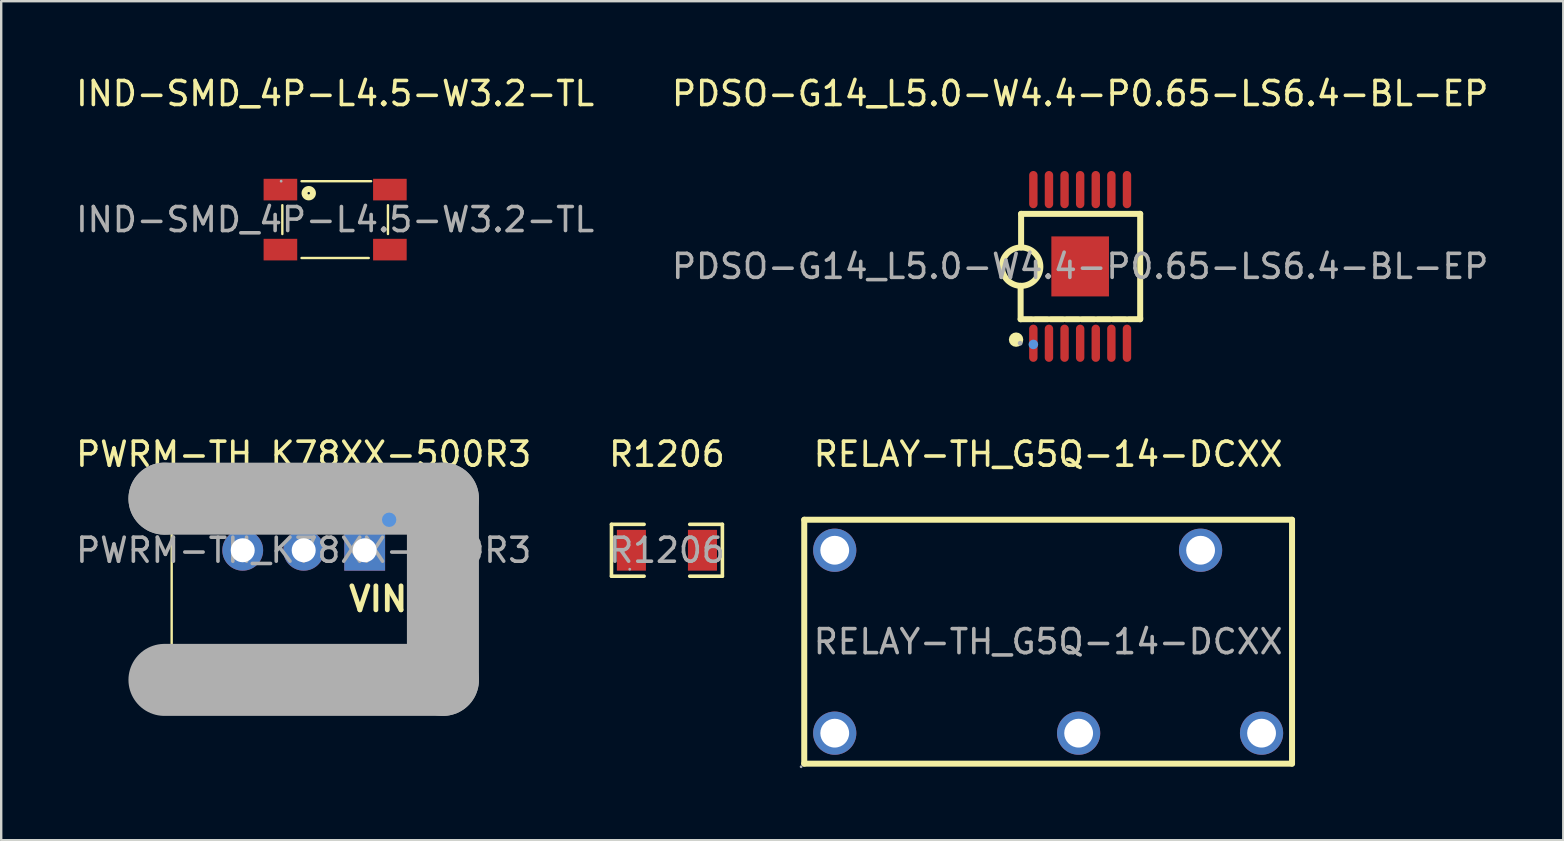
<source format=kicad_pcb>
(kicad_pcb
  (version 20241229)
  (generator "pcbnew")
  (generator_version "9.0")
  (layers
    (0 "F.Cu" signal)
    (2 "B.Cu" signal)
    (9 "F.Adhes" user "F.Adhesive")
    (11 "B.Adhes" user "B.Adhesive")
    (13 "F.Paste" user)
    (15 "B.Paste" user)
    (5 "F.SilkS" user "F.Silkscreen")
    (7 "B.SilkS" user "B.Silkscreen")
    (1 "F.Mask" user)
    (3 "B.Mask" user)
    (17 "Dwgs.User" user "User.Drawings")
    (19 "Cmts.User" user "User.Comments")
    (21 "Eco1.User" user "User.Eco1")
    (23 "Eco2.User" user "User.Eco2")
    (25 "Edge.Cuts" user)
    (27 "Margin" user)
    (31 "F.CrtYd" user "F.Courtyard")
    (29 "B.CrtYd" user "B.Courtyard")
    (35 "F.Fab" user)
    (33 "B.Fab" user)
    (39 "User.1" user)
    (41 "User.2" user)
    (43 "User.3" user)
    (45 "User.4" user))
  (footprint "PDSO-G14_L5.0-W4.4-P0.65-LS6.4-BL-EP"
    (layer "F.Cu")
    (at 41.946 8.048)
    (property "Reference" "PDSO-G14_L5.0-W4.4-P0.65-LS6.4-BL-EP" (at 0 -7.2 0) (layer "F.SilkS") (effects (font (size 1 1) (thickness 0.15))))
    (attr smd)
    (fp_line (start -2.48 2.2) (end -2.48 0.81) (stroke (width 0.25) (type solid)) (layer "F.SilkS"))
    (fp_line (start -2.46 -2.19) (end 2.5 -2.19) (stroke (width 0.25) (type solid)) (layer "F.SilkS"))
    (fp_line (start -2.46 -0.79) (end -2.46 -2.19) (stroke (width 0.25) (type solid)) (layer "F.SilkS"))
    (fp_line (start -2 2.2) (end -2.48 2.2) (stroke (width 0.25) (type solid)) (layer "F.SilkS"))
    (fp_line (start -1.35 2.2) (end -1.89 2.2) (stroke (width 0.25) (type solid)) (layer "F.SilkS"))
    (fp_line (start -0.7 2.2) (end -1.24 2.2) (stroke (width 0.25) (type solid)) (layer "F.SilkS"))
    (fp_line (start -0.05 2.2) (end -0.59 2.2) (stroke (width 0.25) (type solid)) (layer "F.SilkS"))
    (fp_line (start 0.6 2.2) (end 0.06 2.2) (stroke (width 0.25) (type solid)) (layer "F.SilkS"))
    (fp_line (start 1.25 2.2) (end 0.71 2.2) (stroke (width 0.25) (type solid)) (layer "F.SilkS"))
    (fp_line (start 1.9 2.2) (end 1.36 2.2) (stroke (width 0.25) (type solid)) (layer "F.SilkS"))
    (fp_line (start 2.5 -2.19) (end 2.5 2.15) (stroke (width 0.25) (type solid)) (layer "F.SilkS"))
    (fp_line (start 2.5 2.15) (end 2.5 2.2) (stroke (width 0.25) (type solid)) (layer "F.SilkS"))
    (fp_line (start 2.5 2.2) (end 2.01 2.2) (stroke (width 0.25) (type solid)) (layer "F.SilkS"))
    (fp_arc (start -2.67 3.05) (mid -2.67 3.05) (end -2.67 3.05) (stroke (width 0.3) (type solid)) (layer "F.SilkS"))
    (fp_arc (start -2.446038 -0.789878) (mid -2.466981 0.809969) (end -2.46 -0.79) (stroke (width 0.25) (type solid)) (layer "F.SilkS"))
    (fp_circle (center -1.95 3.25) (end -1.85 3.25) (stroke (width 0.2) (type solid)) (fill no) (layer "Cmts.User"))
    (fp_circle (center -2.5 3.2) (end -2.45 3.2) (stroke (width 0.1) (type solid)) (fill no) (layer "F.Fab"))
    (fp_text user "${REFERENCE}" (at 0 0 0) (layer "F.Fab") (effects (font (size 1 1) (thickness 0.15))))
    (pad "1" smd oval (at -1.95 3.2) (size 0.35 1.55) (layers "F.Cu" "F.Mask" "F.Paste"))
    (pad "2" smd oval (at -1.3 3.2) (size 0.35 1.55) (layers "F.Cu" "F.Mask" "F.Paste"))
    (pad "3" smd oval (at -0.65 3.2) (size 0.35 1.55) (layers "F.Cu" "F.Mask" "F.Paste"))
    (pad "4" smd oval (at 0 3.2) (size 0.35 1.55) (layers "F.Cu" "F.Mask" "F.Paste"))
    (pad "5" smd oval (at 0.65 3.2) (size 0.35 1.55) (layers "F.Cu" "F.Mask" "F.Paste"))
    (pad "6" smd oval (at 1.3 3.2) (size 0.35 1.55) (layers "F.Cu" "F.Mask" "F.Paste"))
    (pad "7" smd oval (at 1.95 3.2) (size 0.35 1.55) (layers "F.Cu" "F.Mask" "F.Paste"))
    (pad "8" smd oval (at 1.95 -3.2 180) (size 0.35 1.55) (layers "F.Cu" "F.Mask" "F.Paste"))
    (pad "9" smd oval (at 1.3 -3.2 180) (size 0.35 1.55) (layers "F.Cu" "F.Mask" "F.Paste"))
    (pad "10" smd oval (at 0.65 -3.2 180) (size 0.35 1.55) (layers "F.Cu" "F.Mask" "F.Paste"))
    (pad "11" smd oval (at 0 -3.2 180) (size 0.35 1.55) (layers "F.Cu" "F.Mask" "F.Paste"))
    (pad "12" smd oval (at -0.65 -3.2 180) (size 0.35 1.55) (layers "F.Cu" "F.Mask" "F.Paste"))
    (pad "13" smd oval (at -1.3 -3.2 180) (size 0.35 1.55) (layers "F.Cu" "F.Mask" "F.Paste"))
    (pad "14" smd oval (at -1.95 -3.2 180) (size 0.35 1.55) (layers "F.Cu" "F.Mask" "F.Paste"))
    (pad "15" smd rect (at 0 0) (size 2.4 2.5) (layers "F.Cu" "F.Mask" "F.Paste")))
  (footprint "IND-SMD_4P-L4.5-W3.2-TL"
    (layer "F.Cu")
    (at 10.911 6.098)
    (property "Reference" "IND-SMD_4P-L4.5-W3.2-TL" (at 0 -5.25 0) (layer "F.SilkS") (effects (font (size 1 1) (thickness 0.15))))
    (attr smd)
    (fp_line (start -2.2 -0.6) (end -2.2 0.6) (stroke (width 0.1) (type solid)) (layer "F.SilkS"))
    (fp_line (start -1.4 -1.6) (end 1.5 -1.6) (stroke (width 0.1) (type solid)) (layer "F.SilkS"))
    (fp_line (start -1.4 1.6) (end 1.4 1.6) (stroke (width 0.1) (type solid)) (layer "F.SilkS"))
    (fp_line (start 2.2 -0.6) (end 2.2 0.6) (stroke (width 0.1) (type solid)) (layer "F.SilkS"))
    (fp_circle (center -1.1 -1.1) (end -1.05 -1.1) (stroke (width 0.25) (type solid)) (fill no) (layer "F.SilkS"))
    (fp_circle (center -2.25 -1.6) (end -2.22 -1.6) (stroke (width 0.06) (type solid)) (fill no) (layer "F.Fab"))
    (fp_text user "${REFERENCE}" (at 0 0 0) (layer "F.Fab") (effects (font (size 1 1) (thickness 0.15))))
    (pad "1" smd rect (at -2.28 -1.25 90) (size 0.9 1.4) (layers "F.Cu" "F.Mask" "F.Paste"))
    (pad "2" smd rect (at -2.28 1.25 90) (size 0.9 1.4) (layers "F.Cu" "F.Mask" "F.Paste"))
    (pad "3" smd rect (at 2.28 1.25 90) (size 0.9 1.4) (layers "F.Cu" "F.Mask" "F.Paste"))
    (pad "4" smd rect (at 2.28 -1.25 90) (size 0.9 1.4) (layers "F.Cu" "F.Mask" "F.Paste")))
  (footprint "R1206"
    (layer "F.Cu")
    (at 24.732 19.872)
    (property "Reference" "R1206" (at 0 -4 0) (layer "F.SilkS") (effects (font (size 1 1) (thickness 0.15))))
    (attr smd)
    (fp_line (start -2.31 -1.08) (end -0.95 -1.08) (stroke (width 0.15) (type solid)) (layer "F.SilkS"))
    (fp_line (start -2.31 1.08) (end -2.31 -1.08) (stroke (width 0.15) (type solid)) (layer "F.SilkS"))
    (fp_line (start -0.95 1.08) (end -2.31 1.08) (stroke (width 0.15) (type solid)) (layer "F.SilkS"))
    (fp_line (start 0.95 1.08) (end 2.31 1.08) (stroke (width 0.15) (type solid)) (layer "F.SilkS"))
    (fp_line (start 2.31 -1.08) (end 0.95 -1.08) (stroke (width 0.15) (type solid)) (layer "F.SilkS"))
    (fp_line (start 2.31 1.08) (end 2.31 -1.08) (stroke (width 0.15) (type solid)) (layer "F.SilkS"))
    (fp_circle (center -1.55 0.79) (end -1.52 0.79) (stroke (width 0.06) (type solid)) (fill no) (layer "F.Fab"))
    (fp_text user "${REFERENCE}" (at 0 0 0) (layer "F.Fab") (effects (font (size 1 1) (thickness 0.15))))
    (pad "1" smd rect (at -1.48 0) (size 1.21 1.7) (layers "F.Cu" "F.Mask" "F.Paste"))
    (pad "2" smd rect (at 1.48 0) (size 1.21 1.7) (layers "F.Cu" "F.Mask" "F.Paste")))
  (footprint "PWRM-TH_K78XX-500R3"
    (layer "F.Cu")
    (at 9.601 19.872)
    (property "Reference" "PWRM-TH_K78XX-500R3" (at 0 -4 0) (layer "F.SilkS") (effects (font (size 1 1) (thickness 0.15))))
    (attr through_hole)
    (fp_rect (start -5.5 -2) (end 6 5.5) (stroke (width 0.1) (type default)) (fill no) (layer "F.SilkS"))
    (fp_circle (center 3.5 -2.9) (end 3.65 -2.9) (stroke (width 0.3) (type solid)) (fill no) (layer "F.SilkS"))
    (fp_circle (center 3.56 -1.27) (end 3.71 -1.27) (stroke (width 0.3) (type solid)) (fill no) (layer "Cmts.User"))
    (fp_line (start -5.8 -2.15) (end -5.8 -2.15) (stroke (width 3) (type solid)) (layer "F.Fab"))
    (fp_line (start -5.8 -2.15) (end 5.8 -2.15) (stroke (width 3) (type solid)) (layer "F.Fab"))
    (fp_line (start 5.8 -2.15) (end 5.8 5.4) (stroke (width 3) (type solid)) (layer "F.Fab"))
    (fp_line (start 5.8 5.4) (end -5.8 5.4) (stroke (width 3) (type solid)) (layer "F.Fab"))
    (fp_circle (center 5.8 -2.15) (end 5.83 -2.15) (stroke (width 0.06) (type solid)) (fill no) (layer "F.Fab"))
    (fp_text user "VIN" (at 1.78 2.03 0) (layer "F.SilkS") (effects (font (size 1 1) (thickness 0.2)) (justify left)))
    (fp_text user "${REFERENCE}" (at 0 0 0) (layer "F.Fab") (effects (font (size 1 1) (thickness 0.15))))
    (pad "1" thru_hole rect (at 2.54 0 180) (size 1.7 1.7) (drill 1) (layers "*.Cu" "*.Mask"))
    (pad "2" thru_hole circle (at 0 0 180) (size 1.7 1.7) (drill 1) (layers "*.Cu" "*.Mask"))
    (pad "3" thru_hole circle (at -2.54 0 180) (size 1.7 1.7) (drill 1) (layers "*.Cu" "*.Mask")))
  (footprint "RELAY-TH_G5Q-14-DCXX"
    (layer "F.Cu")
    (at 40.612 23.681)
    (property "Reference" "RELAY-TH_G5Q-14-DCXX" (at 0 -7.81 0) (layer "F.SilkS") (effects (font (size 1 1) (thickness 0.15))))
    (attr through_hole)
    (fp_line (start -10.16 -5.08) (end 10.16 -5.08) (stroke (width 0.25) (type solid)) (layer "F.SilkS"))
    (fp_line (start -10.16 5.08) (end -10.16 -5.08) (stroke (width 0.25) (type solid)) (layer "F.SilkS"))
    (fp_line (start 10.16 -5.08) (end 10.16 5.08) (stroke (width 0.25) (type solid)) (layer "F.SilkS"))
    (fp_line (start 10.16 5.08) (end -10.16 5.08) (stroke (width 0.25) (type solid)) (layer "F.SilkS"))
    (fp_circle (center -10.29 5.21) (end -10.26 5.21) (stroke (width 0.06) (type solid)) (fill no) (layer "F.Fab"))
    (fp_circle (center -8.89 -3.81) (end -8.64 -3.81) (stroke (width 0.5) (type solid)) (fill no) (layer "F.Fab"))
    (fp_circle (center -8.89 3.81) (end -8.64 3.81) (stroke (width 0.5) (type solid)) (fill no) (layer "F.Fab"))
    (fp_circle (center 1.27 3.81) (end 1.52 3.81) (stroke (width 0.5) (type solid)) (fill no) (layer "F.Fab"))
    (fp_circle (center 6.35 -3.81) (end 6.6 -3.81) (stroke (width 0.5) (type solid)) (fill no) (layer "F.Fab"))
    (fp_circle (center 8.89 3.81) (end 9.14 3.81) (stroke (width 0.5) (type solid)) (fill no) (layer "F.Fab"))
    (fp_text user "${REFERENCE}" (at 0 0 0) (layer "F.Fab") (effects (font (size 1 1) (thickness 0.15))))
    (pad "1" thru_hole circle (at -8.89 3.81) (size 1.8 1.8) (drill 1.2) (layers "*.Cu" "*.Mask"))
    (pad "2" thru_hole circle (at 1.27 3.81) (size 1.8 1.8) (drill 1.2) (layers "*.Cu" "*.Mask"))
    (pad "3" thru_hole circle (at 8.89 3.81) (size 1.8 1.8) (drill 1.2) (layers "*.Cu" "*.Mask"))
    (pad "4" thru_hole circle (at 6.35 -3.81) (size 1.8 1.8) (drill 1.2) (layers "*.Cu" "*.Mask"))
    (pad "5" thru_hole circle (at -8.89 -3.81) (size 1.8 1.8) (drill 1.2) (layers "*.Cu" "*.Mask")))
  (gr_rect
    (start -3 -3)
    (end 62.071 31.951)
    (stroke (width 0.1) (type default))
    (fill no)
    (layer "Edge.Cuts")))
</source>
